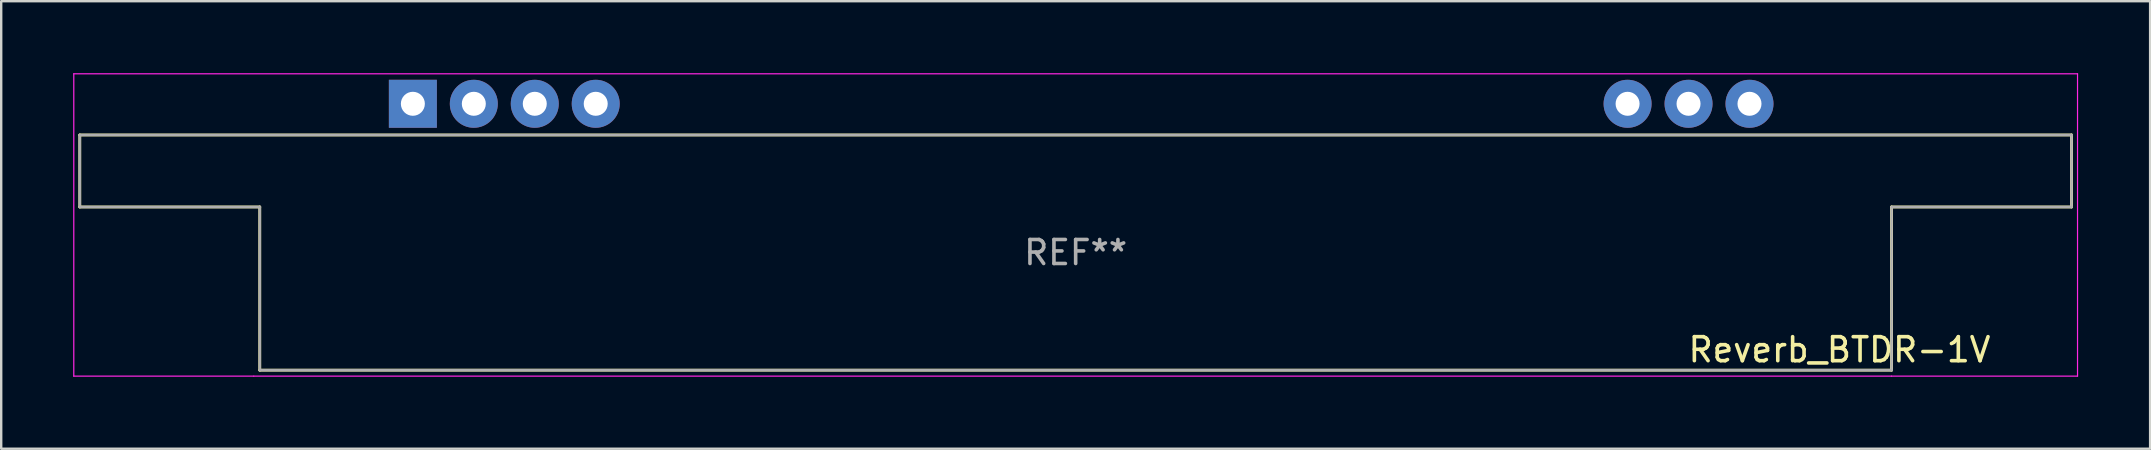
<source format=kicad_pcb>
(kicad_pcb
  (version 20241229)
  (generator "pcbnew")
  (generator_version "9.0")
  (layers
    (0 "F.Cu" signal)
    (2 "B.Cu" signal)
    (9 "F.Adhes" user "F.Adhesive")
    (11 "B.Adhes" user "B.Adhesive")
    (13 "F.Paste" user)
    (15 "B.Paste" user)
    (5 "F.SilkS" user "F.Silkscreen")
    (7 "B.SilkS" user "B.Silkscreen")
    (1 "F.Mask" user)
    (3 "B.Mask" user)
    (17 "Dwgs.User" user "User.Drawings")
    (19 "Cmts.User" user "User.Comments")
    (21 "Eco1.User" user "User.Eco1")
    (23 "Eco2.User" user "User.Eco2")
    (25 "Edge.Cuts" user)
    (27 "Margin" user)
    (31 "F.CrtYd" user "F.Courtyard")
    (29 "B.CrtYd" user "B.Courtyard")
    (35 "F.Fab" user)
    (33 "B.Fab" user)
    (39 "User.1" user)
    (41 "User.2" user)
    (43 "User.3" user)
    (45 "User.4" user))
  (footprint "Reverb_BTDR-1V"
    (layer "F.Cu")
    (at 14.155 1.275)
    (property "Reference" "Reverb_BTDR-1V" (at 59.45 10.25 180) (layer "F.SilkS") (effects (font (size 1 1) (thickness 0.15))))
    (attr through_hole)
    (fp_line (start -13.88 1.3) (end 69.12 1.3) (stroke (width 0.12) (type solid)) (layer "F.SilkS"))
    (fp_line (start -13.88 4.3) (end -13.88 1.3) (stroke (width 0.12) (type solid)) (layer "F.SilkS"))
    (fp_line (start -6.38 4.3) (end -13.88 4.3) (stroke (width 0.12) (type solid)) (layer "F.SilkS"))
    (fp_line (start -6.38 11.1) (end -6.38 4.3) (stroke (width 0.12) (type solid)) (layer "F.SilkS"))
    (fp_line (start 61.62 4.3) (end 61.62 11.1) (stroke (width 0.12) (type solid)) (layer "F.SilkS"))
    (fp_line (start 61.62 11.1) (end -6.38 11.1) (stroke (width 0.12) (type solid)) (layer "F.SilkS"))
    (fp_line (start 69.12 1.3) (end 69.12 4.3) (stroke (width 0.12) (type solid)) (layer "F.SilkS"))
    (fp_line (start 69.12 4.3) (end 61.62 4.3) (stroke (width 0.12) (type solid)) (layer "F.SilkS"))
    (fp_line (start -14.13 -1.25) (end 69.37 -1.25) (stroke (width 0.05) (type solid)) (layer "F.CrtYd"))
    (fp_line (start -14.13 11.35) (end -14.13 -1.25) (stroke (width 0.05) (type solid)) (layer "F.CrtYd"))
    (fp_line (start -6.63 11.35) (end -14.13 11.35) (stroke (width 0.05) (type solid)) (layer "F.CrtYd"))
    (fp_line (start 61.62 11.35) (end -6.63 11.35) (stroke (width 0.05) (type solid)) (layer "F.CrtYd"))
    (fp_line (start 69.37 -1.25) (end 69.37 11.35) (stroke (width 0.05) (type solid)) (layer "F.CrtYd"))
    (fp_line (start 69.37 11.35) (end 61.62 11.35) (stroke (width 0.05) (type solid)) (layer "F.CrtYd"))
    (fp_line (start -13.88 1.3) (end 69.12 1.3) (stroke (width 0.1) (type solid)) (layer "F.Fab"))
    (fp_line (start -13.88 4.3) (end -13.88 1.3) (stroke (width 0.1) (type solid)) (layer "F.Fab"))
    (fp_line (start -6.38 4.3) (end -13.88 4.3) (stroke (width 0.1) (type solid)) (layer "F.Fab"))
    (fp_line (start -6.38 11.1) (end -6.38 4.3) (stroke (width 0.1) (type solid)) (layer "F.Fab"))
    (fp_line (start 61.62 4.3) (end 61.62 11.1) (stroke (width 0.1) (type solid)) (layer "F.Fab"))
    (fp_line (start 61.62 11.1) (end -6.38 11.1) (stroke (width 0.1) (type solid)) (layer "F.Fab"))
    (fp_line (start 69.12 1.3) (end 69.12 4.3) (stroke (width 0.1) (type solid)) (layer "F.Fab"))
    (fp_line (start 69.12 4.3) (end 61.62 4.3) (stroke (width 0.1) (type solid)) (layer "F.Fab"))
    (fp_text user "REF**" (at 27.62 6.2 180) (layer "F.Fab") (effects (font (size 1 1) (thickness 0.15))))
    (pad "1" thru_hole rect (at 0 0) (size 2 2) (drill 1) (layers "*.Cu" "*.Mask"))
    (pad "2" thru_hole circle (at 2.54 0) (size 2 2) (drill 1) (layers "*.Cu" "*.Mask"))
    (pad "3" thru_hole circle (at 5.08 0) (size 2 2) (drill 1) (layers "*.Cu" "*.Mask"))
    (pad "4" thru_hole circle (at 7.62 0) (size 2 2) (drill 1) (layers "*.Cu" "*.Mask"))
    (pad "5" thru_hole circle (at 50.62 0) (size 2 2) (drill 1) (layers "*.Cu" "*.Mask"))
    (pad "6" thru_hole circle (at 53.16 0) (size 2 2) (drill 1) (layers "*.Cu" "*.Mask"))
    (pad "7" thru_hole circle (at 55.7 0) (size 2 2) (drill 1) (layers "*.Cu" "*.Mask")))
  (gr_rect
    (start -3 -3)
    (end 86.55 15.65)
    (stroke (width 0.1) (type default))
    (fill no)
    (layer "Edge.Cuts")))
</source>
